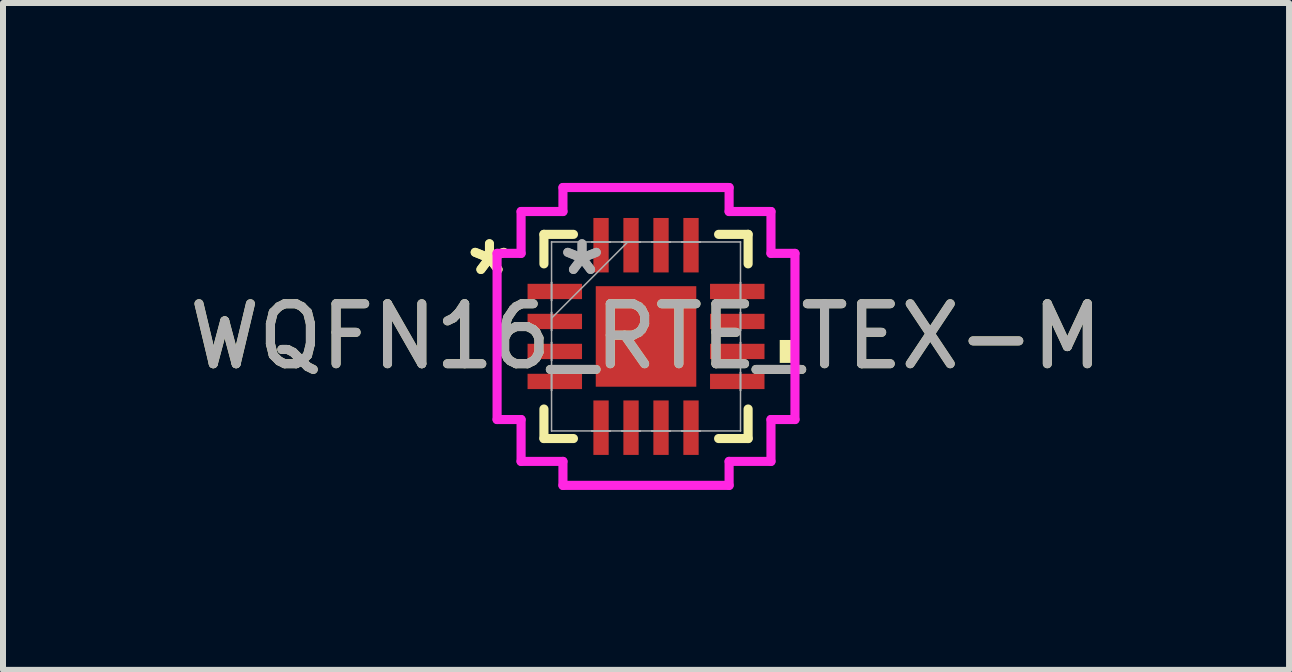
<source format=kicad_pcb>
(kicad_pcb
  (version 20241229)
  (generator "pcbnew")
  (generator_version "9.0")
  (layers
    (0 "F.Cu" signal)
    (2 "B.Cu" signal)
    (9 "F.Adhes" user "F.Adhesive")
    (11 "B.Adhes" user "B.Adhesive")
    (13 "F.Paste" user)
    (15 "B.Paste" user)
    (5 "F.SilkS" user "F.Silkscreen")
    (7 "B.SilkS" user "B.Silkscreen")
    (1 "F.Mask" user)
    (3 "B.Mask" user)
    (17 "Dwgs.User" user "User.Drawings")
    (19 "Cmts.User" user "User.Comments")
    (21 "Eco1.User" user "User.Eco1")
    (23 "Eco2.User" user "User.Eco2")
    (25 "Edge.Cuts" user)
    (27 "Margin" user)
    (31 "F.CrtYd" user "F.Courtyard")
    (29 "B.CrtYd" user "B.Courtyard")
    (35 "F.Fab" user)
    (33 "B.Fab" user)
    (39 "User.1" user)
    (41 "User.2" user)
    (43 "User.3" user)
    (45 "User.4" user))
  (footprint "WQFN16_RTE_TEX-M"
    (layer "F.Cu")
    (at 7.72 2.559)
    (property "Reference" "WQFN16_RTE_TEX-M" (at 0 0 0) (unlocked yes) (layer "F.SilkS") (effects (font (size 1 1) (thickness 0.15))))
    (attr smd)
    (fp_line (start -1.702 -1.702) (end -1.702 -1.21) (stroke (width 0.152) (type solid)) (layer "F.SilkS"))
    (fp_line (start -1.702 1.21) (end -1.702 1.702) (stroke (width 0.152) (type solid)) (layer "F.SilkS"))
    (fp_line (start -1.702 1.702) (end -1.21 1.702) (stroke (width 0.152) (type solid)) (layer "F.SilkS"))
    (fp_line (start -1.21 -1.702) (end -1.702 -1.702) (stroke (width 0.152) (type solid)) (layer "F.SilkS"))
    (fp_line (start 1.21 1.702) (end 1.702 1.702) (stroke (width 0.152) (type solid)) (layer "F.SilkS"))
    (fp_line (start 1.702 -1.702) (end 1.21 -1.702) (stroke (width 0.152) (type solid)) (layer "F.SilkS"))
    (fp_line (start 1.702 -1.21) (end 1.702 -1.702) (stroke (width 0.152) (type solid)) (layer "F.SilkS"))
    (fp_line (start 1.702 1.702) (end 1.702 1.21) (stroke (width 0.152) (type solid)) (layer "F.SilkS"))
    (fp_poly (pts (xy 2.483 0.059) (xy 2.483 0.441) (xy 2.229 0.441) (xy 2.229 0.059)) (stroke (width 0) (type solid)) (fill yes) (layer "F.SilkS"))
    (fp_line (start -2.483 -1.385) (end -2.083 -1.385) (stroke (width 0.152) (type solid)) (layer "F.CrtYd"))
    (fp_line (start -2.483 1.385) (end -2.483 -1.385) (stroke (width 0.152) (type solid)) (layer "F.CrtYd"))
    (fp_line (start -2.083 -2.083) (end -1.385 -2.083) (stroke (width 0.152) (type solid)) (layer "F.CrtYd"))
    (fp_line (start -2.083 -1.385) (end -2.083 -2.083) (stroke (width 0.152) (type solid)) (layer "F.CrtYd"))
    (fp_line (start -2.083 1.385) (end -2.483 1.385) (stroke (width 0.152) (type solid)) (layer "F.CrtYd"))
    (fp_line (start -2.083 2.083) (end -2.083 1.385) (stroke (width 0.152) (type solid)) (layer "F.CrtYd"))
    (fp_line (start -1.385 -2.483) (end 1.385 -2.483) (stroke (width 0.152) (type solid)) (layer "F.CrtYd"))
    (fp_line (start -1.385 -2.083) (end -1.385 -2.483) (stroke (width 0.152) (type solid)) (layer "F.CrtYd"))
    (fp_line (start -1.385 2.083) (end -2.083 2.083) (stroke (width 0.152) (type solid)) (layer "F.CrtYd"))
    (fp_line (start -1.385 2.483) (end -1.385 2.083) (stroke (width 0.152) (type solid)) (layer "F.CrtYd"))
    (fp_line (start 1.385 -2.483) (end 1.385 -2.083) (stroke (width 0.152) (type solid)) (layer "F.CrtYd"))
    (fp_line (start 1.385 -2.083) (end 2.083 -2.083) (stroke (width 0.152) (type solid)) (layer "F.CrtYd"))
    (fp_line (start 1.385 2.083) (end 1.385 2.483) (stroke (width 0.152) (type solid)) (layer "F.CrtYd"))
    (fp_line (start 1.385 2.483) (end -1.385 2.483) (stroke (width 0.152) (type solid)) (layer "F.CrtYd"))
    (fp_line (start 2.083 -2.083) (end 2.083 -1.385) (stroke (width 0.152) (type solid)) (layer "F.CrtYd"))
    (fp_line (start 2.083 -1.385) (end 2.483 -1.385) (stroke (width 0.152) (type solid)) (layer "F.CrtYd"))
    (fp_line (start 2.083 1.385) (end 2.083 2.083) (stroke (width 0.152) (type solid)) (layer "F.CrtYd"))
    (fp_line (start 2.083 2.083) (end 1.385 2.083) (stroke (width 0.152) (type solid)) (layer "F.CrtYd"))
    (fp_line (start 2.483 -1.385) (end 2.483 1.385) (stroke (width 0.152) (type solid)) (layer "F.CrtYd"))
    (fp_line (start 2.483 1.385) (end 2.083 1.385) (stroke (width 0.152) (type solid)) (layer "F.CrtYd"))
    (fp_line (start -1.575 -1.575) (end -1.575 -1.575) (stroke (width 0.025) (type solid)) (layer "F.Fab"))
    (fp_line (start -1.575 -1.575) (end -1.575 1.575) (stroke (width 0.025) (type solid)) (layer "F.Fab"))
    (fp_line (start -1.575 -0.902) (end -1.575 -0.902) (stroke (width 0.025) (type solid)) (layer "F.Fab"))
    (fp_line (start -1.575 -0.902) (end -1.575 -0.598) (stroke (width 0.025) (type solid)) (layer "F.Fab"))
    (fp_line (start -1.575 -0.598) (end -1.575 -0.902) (stroke (width 0.025) (type solid)) (layer "F.Fab"))
    (fp_line (start -1.575 -0.598) (end -1.575 -0.598) (stroke (width 0.025) (type solid)) (layer "F.Fab"))
    (fp_line (start -1.575 -0.402) (end -1.575 -0.402) (stroke (width 0.025) (type solid)) (layer "F.Fab"))
    (fp_line (start -1.575 -0.402) (end -1.575 -0.098) (stroke (width 0.025) (type solid)) (layer "F.Fab"))
    (fp_line (start -1.575 -0.305) (end -0.305 -1.575) (stroke (width 0.025) (type solid)) (layer "F.Fab"))
    (fp_line (start -1.575 -0.098) (end -1.575 -0.402) (stroke (width 0.025) (type solid)) (layer "F.Fab"))
    (fp_line (start -1.575 -0.098) (end -1.575 -0.098) (stroke (width 0.025) (type solid)) (layer "F.Fab"))
    (fp_line (start -1.575 0.098) (end -1.575 0.098) (stroke (width 0.025) (type solid)) (layer "F.Fab"))
    (fp_line (start -1.575 0.098) (end -1.575 0.402) (stroke (width 0.025) (type solid)) (layer "F.Fab"))
    (fp_line (start -1.575 0.402) (end -1.575 0.098) (stroke (width 0.025) (type solid)) (layer "F.Fab"))
    (fp_line (start -1.575 0.402) (end -1.575 0.402) (stroke (width 0.025) (type solid)) (layer "F.Fab"))
    (fp_line (start -1.575 0.598) (end -1.575 0.598) (stroke (width 0.025) (type solid)) (layer "F.Fab"))
    (fp_line (start -1.575 0.598) (end -1.575 0.902) (stroke (width 0.025) (type solid)) (layer "F.Fab"))
    (fp_line (start -1.575 0.902) (end -1.575 0.598) (stroke (width 0.025) (type solid)) (layer "F.Fab"))
    (fp_line (start -1.575 0.902) (end -1.575 0.902) (stroke (width 0.025) (type solid)) (layer "F.Fab"))
    (fp_line (start -1.575 1.575) (end -1.575 1.575) (stroke (width 0.025) (type solid)) (layer "F.Fab"))
    (fp_line (start -1.575 1.575) (end 1.575 1.575) (stroke (width 0.025) (type solid)) (layer "F.Fab"))
    (fp_line (start -0.902 -1.575) (end -0.902 -1.575) (stroke (width 0.025) (type solid)) (layer "F.Fab"))
    (fp_line (start -0.902 -1.575) (end -0.598 -1.575) (stroke (width 0.025) (type solid)) (layer "F.Fab"))
    (fp_line (start -0.902 1.575) (end -0.902 1.575) (stroke (width 0.025) (type solid)) (layer "F.Fab"))
    (fp_line (start -0.902 1.575) (end -0.598 1.575) (stroke (width 0.025) (type solid)) (layer "F.Fab"))
    (fp_line (start -0.598 -1.575) (end -0.902 -1.575) (stroke (width 0.025) (type solid)) (layer "F.Fab"))
    (fp_line (start -0.598 -1.575) (end -0.598 -1.575) (stroke (width 0.025) (type solid)) (layer "F.Fab"))
    (fp_line (start -0.598 1.575) (end -0.902 1.575) (stroke (width 0.025) (type solid)) (layer "F.Fab"))
    (fp_line (start -0.598 1.575) (end -0.598 1.575) (stroke (width 0.025) (type solid)) (layer "F.Fab"))
    (fp_line (start -0.402 -1.575) (end -0.402 -1.575) (stroke (width 0.025) (type solid)) (layer "F.Fab"))
    (fp_line (start -0.402 -1.575) (end -0.098 -1.575) (stroke (width 0.025) (type solid)) (layer "F.Fab"))
    (fp_line (start -0.402 1.575) (end -0.402 1.575) (stroke (width 0.025) (type solid)) (layer "F.Fab"))
    (fp_line (start -0.402 1.575) (end -0.098 1.575) (stroke (width 0.025) (type solid)) (layer "F.Fab"))
    (fp_line (start -0.098 -1.575) (end -0.402 -1.575) (stroke (width 0.025) (type solid)) (layer "F.Fab"))
    (fp_line (start -0.098 -1.575) (end -0.098 -1.575) (stroke (width 0.025) (type solid)) (layer "F.Fab"))
    (fp_line (start -0.098 1.575) (end -0.402 1.575) (stroke (width 0.025) (type solid)) (layer "F.Fab"))
    (fp_line (start -0.098 1.575) (end -0.098 1.575) (stroke (width 0.025) (type solid)) (layer "F.Fab"))
    (fp_line (start 0.098 -1.575) (end 0.098 -1.575) (stroke (width 0.025) (type solid)) (layer "F.Fab"))
    (fp_line (start 0.098 -1.575) (end 0.402 -1.575) (stroke (width 0.025) (type solid)) (layer "F.Fab"))
    (fp_line (start 0.098 1.575) (end 0.098 1.575) (stroke (width 0.025) (type solid)) (layer "F.Fab"))
    (fp_line (start 0.098 1.575) (end 0.402 1.575) (stroke (width 0.025) (type solid)) (layer "F.Fab"))
    (fp_line (start 0.402 -1.575) (end 0.098 -1.575) (stroke (width 0.025) (type solid)) (layer "F.Fab"))
    (fp_line (start 0.402 -1.575) (end 0.402 -1.575) (stroke (width 0.025) (type solid)) (layer "F.Fab"))
    (fp_line (start 0.402 1.575) (end 0.098 1.575) (stroke (width 0.025) (type solid)) (layer "F.Fab"))
    (fp_line (start 0.402 1.575) (end 0.402 1.575) (stroke (width 0.025) (type solid)) (layer "F.Fab"))
    (fp_line (start 0.598 -1.575) (end 0.598 -1.575) (stroke (width 0.025) (type solid)) (layer "F.Fab"))
    (fp_line (start 0.598 -1.575) (end 0.902 -1.575) (stroke (width 0.025) (type solid)) (layer "F.Fab"))
    (fp_line (start 0.598 1.575) (end 0.598 1.575) (stroke (width 0.025) (type solid)) (layer "F.Fab"))
    (fp_line (start 0.598 1.575) (end 0.902 1.575) (stroke (width 0.025) (type solid)) (layer "F.Fab"))
    (fp_line (start 0.902 -1.575) (end 0.598 -1.575) (stroke (width 0.025) (type solid)) (layer "F.Fab"))
    (fp_line (start 0.902 -1.575) (end 0.902 -1.575) (stroke (width 0.025) (type solid)) (layer "F.Fab"))
    (fp_line (start 0.902 1.575) (end 0.598 1.575) (stroke (width 0.025) (type solid)) (layer "F.Fab"))
    (fp_line (start 0.902 1.575) (end 0.902 1.575) (stroke (width 0.025) (type solid)) (layer "F.Fab"))
    (fp_line (start 1.575 -1.575) (end -1.575 -1.575) (stroke (width 0.025) (type solid)) (layer "F.Fab"))
    (fp_line (start 1.575 -1.575) (end 1.575 -1.575) (stroke (width 0.025) (type solid)) (layer "F.Fab"))
    (fp_line (start 1.575 -0.902) (end 1.575 -0.902) (stroke (width 0.025) (type solid)) (layer "F.Fab"))
    (fp_line (start 1.575 -0.902) (end 1.575 -0.598) (stroke (width 0.025) (type solid)) (layer "F.Fab"))
    (fp_line (start 1.575 -0.598) (end 1.575 -0.902) (stroke (width 0.025) (type solid)) (layer "F.Fab"))
    (fp_line (start 1.575 -0.598) (end 1.575 -0.598) (stroke (width 0.025) (type solid)) (layer "F.Fab"))
    (fp_line (start 1.575 -0.402) (end 1.575 -0.402) (stroke (width 0.025) (type solid)) (layer "F.Fab"))
    (fp_line (start 1.575 -0.402) (end 1.575 -0.098) (stroke (width 0.025) (type solid)) (layer "F.Fab"))
    (fp_line (start 1.575 -0.098) (end 1.575 -0.402) (stroke (width 0.025) (type solid)) (layer "F.Fab"))
    (fp_line (start 1.575 -0.098) (end 1.575 -0.098) (stroke (width 0.025) (type solid)) (layer "F.Fab"))
    (fp_line (start 1.575 0.098) (end 1.575 0.098) (stroke (width 0.025) (type solid)) (layer "F.Fab"))
    (fp_line (start 1.575 0.098) (end 1.575 0.402) (stroke (width 0.025) (type solid)) (layer "F.Fab"))
    (fp_line (start 1.575 0.402) (end 1.575 0.098) (stroke (width 0.025) (type solid)) (layer "F.Fab"))
    (fp_line (start 1.575 0.402) (end 1.575 0.402) (stroke (width 0.025) (type solid)) (layer "F.Fab"))
    (fp_line (start 1.575 0.598) (end 1.575 0.598) (stroke (width 0.025) (type solid)) (layer "F.Fab"))
    (fp_line (start 1.575 0.598) (end 1.575 0.902) (stroke (width 0.025) (type solid)) (layer "F.Fab"))
    (fp_line (start 1.575 0.902) (end 1.575 0.598) (stroke (width 0.025) (type solid)) (layer "F.Fab"))
    (fp_line (start 1.575 0.902) (end 1.575 0.902) (stroke (width 0.025) (type solid)) (layer "F.Fab"))
    (fp_line (start 1.575 1.575) (end 1.575 -1.575) (stroke (width 0.025) (type solid)) (layer "F.Fab"))
    (fp_line (start 1.575 1.575) (end 1.575 1.575) (stroke (width 0.025) (type solid)) (layer "F.Fab"))
    (fp_text user "*" (at -2.61 -1 0) (layer "F.SilkS") (effects (font (size 1 1) (thickness 0.15))))
    (fp_text user "*" (at -2.61 -1 0) (unlocked yes) (layer "F.SilkS") (effects (font (size 1 1) (thickness 0.15))))
    (fp_text user "${REFERENCE}" (at 0 0 0) (unlocked yes) (layer "F.Fab") (effects (font (size 1 1) (thickness 0.15))))
    (fp_text user "*" (at -1.067 -1 0) (layer "F.Fab") (effects (font (size 1 1) (thickness 0.15))))
    (fp_text user "*" (at -1.067 -1 0) (unlocked yes) (layer "F.Fab") (effects (font (size 1 1) (thickness 0.15))))
    (pad "1" smd rect (at -1.521 -0.75 90) (size 0.255 0.908) (layers "F.Cu" "F.Mask" "F.Paste"))
    (pad "2" smd rect (at -1.521 -0.25 90) (size 0.255 0.908) (layers "F.Cu" "F.Mask" "F.Paste"))
    (pad "3" smd rect (at -1.521 0.25 90) (size 0.255 0.908) (layers "F.Cu" "F.Mask" "F.Paste"))
    (pad "4" smd rect (at -1.521 0.75 90) (size 0.255 0.908) (layers "F.Cu" "F.Mask" "F.Paste"))
    (pad "5" smd rect (at -0.75 1.521) (size 0.255 0.908) (layers "F.Cu" "F.Mask" "F.Paste"))
    (pad "6" smd rect (at -0.25 1.521) (size 0.255 0.908) (layers "F.Cu" "F.Mask" "F.Paste"))
    (pad "7" smd rect (at 0.25 1.521) (size 0.255 0.908) (layers "F.Cu" "F.Mask" "F.Paste"))
    (pad "8" smd rect (at 0.75 1.521) (size 0.255 0.908) (layers "F.Cu" "F.Mask" "F.Paste"))
    (pad "9" smd rect (at 1.521 0.75 90) (size 0.255 0.908) (layers "F.Cu" "F.Mask" "F.Paste"))
    (pad "10" smd rect (at 1.521 0.25 90) (size 0.255 0.908) (layers "F.Cu" "F.Mask" "F.Paste"))
    (pad "11" smd rect (at 1.521 -0.25 90) (size 0.255 0.908) (layers "F.Cu" "F.Mask" "F.Paste"))
    (pad "12" smd rect (at 1.521 -0.75 90) (size 0.255 0.908) (layers "F.Cu" "F.Mask" "F.Paste"))
    (pad "13" smd rect (at 0.75 -1.521) (size 0.255 0.908) (layers "F.Cu" "F.Mask" "F.Paste"))
    (pad "14" smd rect (at 0.25 -1.521) (size 0.255 0.908) (layers "F.Cu" "F.Mask" "F.Paste"))
    (pad "15" smd rect (at -0.25 -1.521) (size 0.255 0.908) (layers "F.Cu" "F.Mask" "F.Paste"))
    (pad "16" smd rect (at -0.75 -1.521) (size 0.255 0.908) (layers "F.Cu" "F.Mask" "F.Paste"))
    (pad "17" smd rect (at 0 0) (size 1.676 1.676) (layers "F.Cu" "F.Mask" "F.Paste")))
  (gr_rect
    (start -3 -3)
    (end 18.44 8.118)
    (stroke (width 0.1) (type default))
    (fill no)
    (layer "Edge.Cuts")))
</source>
